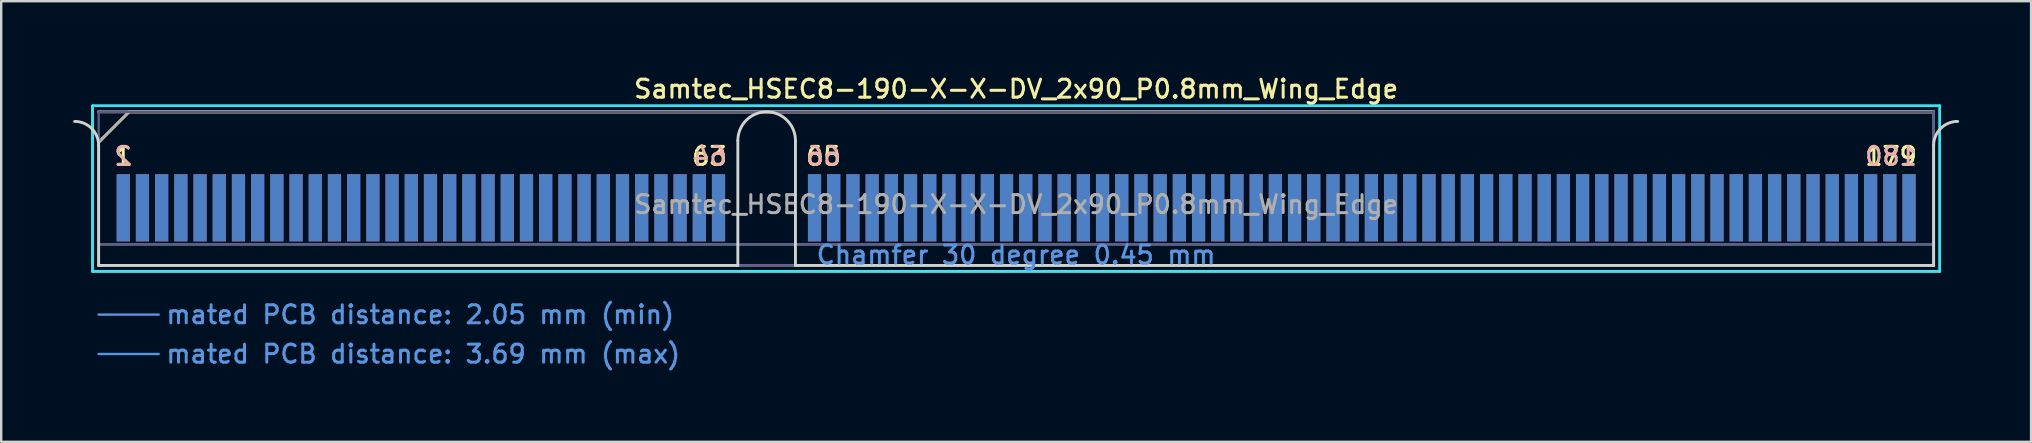
<source format=kicad_pcb>
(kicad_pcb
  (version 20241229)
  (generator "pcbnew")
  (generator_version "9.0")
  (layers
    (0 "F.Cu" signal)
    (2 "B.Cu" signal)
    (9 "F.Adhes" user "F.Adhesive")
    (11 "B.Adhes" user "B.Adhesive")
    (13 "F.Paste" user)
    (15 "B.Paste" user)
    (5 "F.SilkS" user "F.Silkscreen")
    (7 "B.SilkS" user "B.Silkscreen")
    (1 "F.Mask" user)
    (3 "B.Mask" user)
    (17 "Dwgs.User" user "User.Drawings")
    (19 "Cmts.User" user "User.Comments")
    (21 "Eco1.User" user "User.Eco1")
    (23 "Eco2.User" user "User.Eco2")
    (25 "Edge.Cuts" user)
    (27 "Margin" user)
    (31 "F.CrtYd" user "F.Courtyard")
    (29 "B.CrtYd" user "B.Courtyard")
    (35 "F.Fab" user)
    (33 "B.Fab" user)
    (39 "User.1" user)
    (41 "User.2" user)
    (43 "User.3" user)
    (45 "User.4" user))
  (footprint "Samtec_HSEC8-190-X-X-DV_2x90_P0.8mm_Wing_Edge"
    (layer "F.Cu")
    (at 39.285 8.008)
    (property "Reference" "Samtec_HSEC8-190-X-X-DV_2x90_P0.8mm_Wing_Edge" (at 0 -7.35 0) (layer "F.SilkS") (effects (font (size 0.75 0.75) (thickness 0.125))))
    (attr exclude_from_pos_files exclude_from_bom)
    (fp_line (start -38.48 -6.65) (end -38.48 0.25) (stroke (width 0.1) (type solid)) (layer "F.SilkS"))
    (fp_line (start -38.48 0.25) (end 38.48 0.25) (stroke (width 0.1) (type solid)) (layer "F.SilkS"))
    (fp_line (start -38.225 -5.13) (end -36.955 -6.4) (stroke (width 0.12) (type solid)) (layer "F.SilkS"))
    (fp_line (start -36.955 -6.4) (end 38.225 -6.4) (stroke (width 0.12) (type solid)) (layer "F.SilkS"))
    (fp_line (start 38.48 -6.65) (end -38.48 -6.65) (stroke (width 0.1) (type solid)) (layer "F.SilkS"))
    (fp_line (start 38.48 0.25) (end 38.48 -6.65) (stroke (width 0.1) (type solid)) (layer "F.SilkS"))
    (fp_line (start -38.225 -6.4) (end -38.225 -6.4) (stroke (width 0.12) (type solid)) (layer "B.SilkS"))
    (fp_line (start -38.225 -6.4) (end 38.225 -6.4) (stroke (width 0.12) (type solid)) (layer "B.SilkS"))
    (fp_line (start -38.225 2.05) (end -35.725 2.05) (stroke (width 0.1) (type solid)) (layer "Cmts.User"))
    (fp_line (start -38.225 3.69) (end -35.725 3.69) (stroke (width 0.1) (type solid)) (layer "Cmts.User"))
    (fp_line (start -38.225 -5) (end -38.225 0) (stroke (width 0.12) (type solid)) (layer "Edge.Cuts"))
    (fp_line (start -38.225 0) (end -11.595 0) (stroke (width 0.12) (type solid)) (layer "Edge.Cuts"))
    (fp_line (start -11.595 0) (end -11.595 -5.2) (stroke (width 0.12) (type solid)) (layer "Edge.Cuts"))
    (fp_line (start -9.195 -5.2) (end -9.195 0) (stroke (width 0.12) (type solid)) (layer "Edge.Cuts"))
    (fp_line (start -9.195 0) (end 38.225 0) (stroke (width 0.12) (type solid)) (layer "Edge.Cuts"))
    (fp_line (start 38.225 0) (end 38.225 -5) (stroke (width 0.12) (type solid)) (layer "Edge.Cuts"))
    (fp_arc (start -39.225 -6) (mid -38.517893 -5.707107) (end -38.225 -5) (stroke (width 0.12) (type solid)) (layer "Edge.Cuts"))
    (fp_arc (start -11.595 -5.2) (mid -10.395 -6.4) (end -9.195 -5.2) (stroke (width 0.12) (type solid)) (layer "Edge.Cuts"))
    (fp_arc (start 38.225 -5) (mid 38.517893 -5.707107) (end 39.225 -6) (stroke (width 0.12) (type solid)) (layer "Edge.Cuts"))
    (fp_line (start -38.48 -6.65) (end -38.48 0.25) (stroke (width 0.1) (type solid)) (layer "B.CrtYd"))
    (fp_line (start -38.48 0.25) (end 38.48 0.25) (stroke (width 0.1) (type solid)) (layer "B.CrtYd"))
    (fp_line (start 38.48 -6.65) (end -38.48 -6.65) (stroke (width 0.1) (type solid)) (layer "B.CrtYd"))
    (fp_line (start 38.48 0.25) (end 38.48 -6.65) (stroke (width 0.1) (type solid)) (layer "B.CrtYd"))
    (fp_line (start -38.225 -6.4) (end -38.225 -6.4) (stroke (width 0.1) (type solid)) (layer "B.Fab"))
    (fp_line (start -38.225 -6.4) (end -38.225 0) (stroke (width 0.1) (type solid)) (layer "B.Fab"))
    (fp_line (start -38.225 -6.4) (end 38.225 -6.4) (stroke (width 0.1) (type solid)) (layer "B.Fab"))
    (fp_line (start -38.225 -0.88) (end 38.225 -0.88) (stroke (width 0.1) (type solid)) (layer "B.Fab"))
    (fp_line (start -38.225 0) (end 38.225 0) (stroke (width 0.1) (type solid)) (layer "B.Fab"))
    (fp_line (start 38.225 -6.4) (end 38.225 0) (stroke (width 0.1) (type solid)) (layer "B.Fab"))
    (fp_line (start -38.225 -5.13) (end -38.225 0) (stroke (width 0.1) (type solid)) (layer "F.Fab"))
    (fp_line (start -38.225 -5.13) (end -36.955 -6.4) (stroke (width 0.1) (type solid)) (layer "F.Fab"))
    (fp_line (start -38.225 -0.88) (end 38.225 -0.88) (stroke (width 0.1) (type solid)) (layer "F.Fab"))
    (fp_line (start -38.225 0) (end 38.225 0) (stroke (width 0.1) (type solid)) (layer "F.Fab"))
    (fp_line (start -36.955 -6.4) (end 38.225 -6.4) (stroke (width 0.1) (type solid)) (layer "F.Fab"))
    (fp_line (start 38.225 -6.4) (end 38.225 0) (stroke (width 0.1) (type solid)) (layer "F.Fab"))
    (fp_text user "65" (at -8.025 -4.55 0) (layer "F.SilkS") (effects (font (size 0.75 0.75) (thickness 0.125))))
    (fp_text user "63" (at -12.775 -4.55 0) (layer "F.SilkS") (effects (font (size 0.75 0.75) (thickness 0.125))))
    (fp_text user "1" (at -37.2 -4.55 0) (layer "F.SilkS") (effects (font (size 0.75 0.75) (thickness 0.125))))
    (fp_text user "179" (at 36.45 -4.55 0) (layer "F.SilkS") (effects (font (size 0.75 0.75) (thickness 0.125))))
    (fp_text user "64" (at -12.775 -4.55 0) (layer "B.SilkS") (effects (font (size 0.75 0.75) (thickness 0.125)) (justify mirror)))
    (fp_text user "180" (at 36.45 -4.55 0) (layer "B.SilkS") (effects (font (size 0.75 0.75) (thickness 0.125)) (justify mirror)))
    (fp_text user "66" (at -8.025 -4.55 0) (layer "B.SilkS") (effects (font (size 0.75 0.75) (thickness 0.125)) (justify mirror)))
    (fp_text user "2" (at -37.2 -4.55 0) (layer "B.SilkS") (effects (font (size 0.75 0.75) (thickness 0.125)) (justify mirror)))
    (fp_text user "mated PCB distance: 3.69 mm (max)" (at -35.48 3.69 0) (layer "Cmts.User") (effects (font (size 0.75 0.75) (thickness 0.125)) (justify left)))
    (fp_text user "mated PCB distance: 2.05 mm (min)" (at -35.48 2.05 0) (layer "Cmts.User") (effects (font (size 0.75 0.75) (thickness 0.125)) (justify left)))
    (fp_text user "Chamfer 30 degree 0.45 mm" (at 0 -0.44 0) (layer "Cmts.User") (effects (font (size 0.75 0.75) (thickness 0.125))))
    (fp_text user "${REFERENCE}" (at 0 -2.54 0) (layer "F.Fab") (effects (font (size 0.75 0.75) (thickness 0.125))))
    (pad "1" connect rect (at -37.2 -2.4) (size 0.55 2.8) (layers "F.Cu" "F.Mask"))
    (pad "2" connect rect (at -37.2 -2.4) (size 0.55 2.8) (layers "B.Cu" "B.Mask"))
    (pad "3" connect rect (at -36.4 -2.4) (size 0.55 2.8) (layers "F.Cu" "F.Mask"))
    (pad "4" connect rect (at -36.4 -2.4) (size 0.55 2.8) (layers "B.Cu" "B.Mask"))
    (pad "5" connect rect (at -35.6 -2.4) (size 0.55 2.8) (layers "F.Cu" "F.Mask"))
    (pad "6" connect rect (at -35.6 -2.4) (size 0.55 2.8) (layers "B.Cu" "B.Mask"))
    (pad "7" connect rect (at -34.8 -2.4) (size 0.55 2.8) (layers "F.Cu" "F.Mask"))
    (pad "8" connect rect (at -34.8 -2.4) (size 0.55 2.8) (layers "B.Cu" "B.Mask"))
    (pad "9" connect rect (at -34 -2.4) (size 0.55 2.8) (layers "F.Cu" "F.Mask"))
    (pad "10" connect rect (at -34 -2.4) (size 0.55 2.8) (layers "B.Cu" "B.Mask"))
    (pad "11" connect rect (at -33.2 -2.4) (size 0.55 2.8) (layers "F.Cu" "F.Mask"))
    (pad "12" connect rect (at -33.2 -2.4) (size 0.55 2.8) (layers "B.Cu" "B.Mask"))
    (pad "13" connect rect (at -32.4 -2.4) (size 0.55 2.8) (layers "F.Cu" "F.Mask"))
    (pad "14" connect rect (at -32.4 -2.4) (size 0.55 2.8) (layers "B.Cu" "B.Mask"))
    (pad "15" connect rect (at -31.6 -2.4) (size 0.55 2.8) (layers "F.Cu" "F.Mask"))
    (pad "16" connect rect (at -31.6 -2.4) (size 0.55 2.8) (layers "B.Cu" "B.Mask"))
    (pad "17" connect rect (at -30.8 -2.4) (size 0.55 2.8) (layers "F.Cu" "F.Mask"))
    (pad "18" connect rect (at -30.8 -2.4) (size 0.55 2.8) (layers "B.Cu" "B.Mask"))
    (pad "19" connect rect (at -30 -2.4) (size 0.55 2.8) (layers "F.Cu" "F.Mask"))
    (pad "20" connect rect (at -30 -2.4) (size 0.55 2.8) (layers "B.Cu" "B.Mask"))
    (pad "21" connect rect (at -29.2 -2.4) (size 0.55 2.8) (layers "F.Cu" "F.Mask"))
    (pad "22" connect rect (at -29.2 -2.4) (size 0.55 2.8) (layers "B.Cu" "B.Mask"))
    (pad "23" connect rect (at -28.4 -2.4) (size 0.55 2.8) (layers "F.Cu" "F.Mask"))
    (pad "24" connect rect (at -28.4 -2.4) (size 0.55 2.8) (layers "B.Cu" "B.Mask"))
    (pad "25" connect rect (at -27.6 -2.4) (size 0.55 2.8) (layers "F.Cu" "F.Mask"))
    (pad "26" connect rect (at -27.6 -2.4) (size 0.55 2.8) (layers "B.Cu" "B.Mask"))
    (pad "27" connect rect (at -26.8 -2.4) (size 0.55 2.8) (layers "F.Cu" "F.Mask"))
    (pad "28" connect rect (at -26.8 -2.4) (size 0.55 2.8) (layers "B.Cu" "B.Mask"))
    (pad "29" connect rect (at -26 -2.4) (size 0.55 2.8) (layers "F.Cu" "F.Mask"))
    (pad "30" connect rect (at -26 -2.4) (size 0.55 2.8) (layers "B.Cu" "B.Mask"))
    (pad "31" connect rect (at -25.2 -2.4) (size 0.55 2.8) (layers "F.Cu" "F.Mask"))
    (pad "32" connect rect (at -25.2 -2.4) (size 0.55 2.8) (layers "B.Cu" "B.Mask"))
    (pad "33" connect rect (at -24.4 -2.4) (size 0.55 2.8) (layers "F.Cu" "F.Mask"))
    (pad "34" connect rect (at -24.4 -2.4) (size 0.55 2.8) (layers "B.Cu" "B.Mask"))
    (pad "35" connect rect (at -23.6 -2.4) (size 0.55 2.8) (layers "F.Cu" "F.Mask"))
    (pad "36" connect rect (at -23.6 -2.4) (size 0.55 2.8) (layers "B.Cu" "B.Mask"))
    (pad "37" connect rect (at -22.8 -2.4) (size 0.55 2.8) (layers "F.Cu" "F.Mask"))
    (pad "38" connect rect (at -22.8 -2.4) (size 0.55 2.8) (layers "B.Cu" "B.Mask"))
    (pad "39" connect rect (at -22 -2.4) (size 0.55 2.8) (layers "F.Cu" "F.Mask"))
    (pad "40" connect rect (at -22 -2.4) (size 0.55 2.8) (layers "B.Cu" "B.Mask"))
    (pad "41" connect rect (at -21.2 -2.4) (size 0.55 2.8) (layers "F.Cu" "F.Mask"))
    (pad "42" connect rect (at -21.2 -2.4) (size 0.55 2.8) (layers "B.Cu" "B.Mask"))
    (pad "43" connect rect (at -20.4 -2.4) (size 0.55 2.8) (layers "F.Cu" "F.Mask"))
    (pad "44" connect rect (at -20.4 -2.4) (size 0.55 2.8) (layers "B.Cu" "B.Mask"))
    (pad "45" connect rect (at -19.6 -2.4) (size 0.55 2.8) (layers "F.Cu" "F.Mask"))
    (pad "46" connect rect (at -19.6 -2.4) (size 0.55 2.8) (layers "B.Cu" "B.Mask"))
    (pad "47" connect rect (at -18.8 -2.4) (size 0.55 2.8) (layers "F.Cu" "F.Mask"))
    (pad "48" connect rect (at -18.8 -2.4) (size 0.55 2.8) (layers "B.Cu" "B.Mask"))
    (pad "49" connect rect (at -18 -2.4) (size 0.55 2.8) (layers "F.Cu" "F.Mask"))
    (pad "50" connect rect (at -18 -2.4) (size 0.55 2.8) (layers "B.Cu" "B.Mask"))
    (pad "51" connect rect (at -17.2 -2.4) (size 0.55 2.8) (layers "F.Cu" "F.Mask"))
    (pad "52" connect rect (at -17.2 -2.4) (size 0.55 2.8) (layers "B.Cu" "B.Mask"))
    (pad "53" connect rect (at -16.4 -2.4) (size 0.55 2.8) (layers "F.Cu" "F.Mask"))
    (pad "54" connect rect (at -16.4 -2.4) (size 0.55 2.8) (layers "B.Cu" "B.Mask"))
    (pad "55" connect rect (at -15.6 -2.4) (size 0.55 2.8) (layers "F.Cu" "F.Mask"))
    (pad "56" connect rect (at -15.6 -2.4) (size 0.55 2.8) (layers "B.Cu" "B.Mask"))
    (pad "57" connect rect (at -14.8 -2.4) (size 0.55 2.8) (layers "F.Cu" "F.Mask"))
    (pad "58" connect rect (at -14.8 -2.4) (size 0.55 2.8) (layers "B.Cu" "B.Mask"))
    (pad "59" connect rect (at -14 -2.4) (size 0.55 2.8) (layers "F.Cu" "F.Mask"))
    (pad "60" connect rect (at -14 -2.4) (size 0.55 2.8) (layers "B.Cu" "B.Mask"))
    (pad "61" connect rect (at -13.2 -2.4) (size 0.55 2.8) (layers "F.Cu" "F.Mask"))
    (pad "62" connect rect (at -13.2 -2.4) (size 0.55 2.8) (layers "B.Cu" "B.Mask"))
    (pad "63" connect rect (at -12.4 -2.4) (size 0.55 2.8) (layers "F.Cu" "F.Mask"))
    (pad "64" connect rect (at -12.4 -2.4) (size 0.55 2.8) (layers "B.Cu" "B.Mask"))
    (pad "65" connect rect (at -8.4 -2.4) (size 0.55 2.8) (layers "F.Cu" "F.Mask"))
    (pad "66" connect rect (at -8.4 -2.4) (size 0.55 2.8) (layers "B.Cu" "B.Mask"))
    (pad "67" connect rect (at -7.6 -2.4) (size 0.55 2.8) (layers "F.Cu" "F.Mask"))
    (pad "68" connect rect (at -7.6 -2.4) (size 0.55 2.8) (layers "B.Cu" "B.Mask"))
    (pad "69" connect rect (at -6.8 -2.4) (size 0.55 2.8) (layers "F.Cu" "F.Mask"))
    (pad "70" connect rect (at -6.8 -2.4) (size 0.55 2.8) (layers "B.Cu" "B.Mask"))
    (pad "71" connect rect (at -6 -2.4) (size 0.55 2.8) (layers "F.Cu" "F.Mask"))
    (pad "72" connect rect (at -6 -2.4) (size 0.55 2.8) (layers "B.Cu" "B.Mask"))
    (pad "73" connect rect (at -5.2 -2.4) (size 0.55 2.8) (layers "F.Cu" "F.Mask"))
    (pad "74" connect rect (at -5.2 -2.4) (size 0.55 2.8) (layers "B.Cu" "B.Mask"))
    (pad "75" connect rect (at -4.4 -2.4) (size 0.55 2.8) (layers "F.Cu" "F.Mask"))
    (pad "76" connect rect (at -4.4 -2.4) (size 0.55 2.8) (layers "B.Cu" "B.Mask"))
    (pad "77" connect rect (at -3.6 -2.4) (size 0.55 2.8) (layers "F.Cu" "F.Mask"))
    (pad "78" connect rect (at -3.6 -2.4) (size 0.55 2.8) (layers "B.Cu" "B.Mask"))
    (pad "79" connect rect (at -2.8 -2.4) (size 0.55 2.8) (layers "F.Cu" "F.Mask"))
    (pad "80" connect rect (at -2.8 -2.4) (size 0.55 2.8) (layers "B.Cu" "B.Mask"))
    (pad "81" connect rect (at -2 -2.4) (size 0.55 2.8) (layers "F.Cu" "F.Mask"))
    (pad "82" connect rect (at -2 -2.4) (size 0.55 2.8) (layers "B.Cu" "B.Mask"))
    (pad "83" connect rect (at -1.2 -2.4) (size 0.55 2.8) (layers "F.Cu" "F.Mask"))
    (pad "84" connect rect (at -1.2 -2.4) (size 0.55 2.8) (layers "B.Cu" "B.Mask"))
    (pad "85" connect rect (at -0.4 -2.4) (size 0.55 2.8) (layers "F.Cu" "F.Mask"))
    (pad "86" connect rect (at -0.4 -2.4) (size 0.55 2.8) (layers "B.Cu" "B.Mask"))
    (pad "87" connect rect (at 0.4 -2.4) (size 0.55 2.8) (layers "F.Cu" "F.Mask"))
    (pad "88" connect rect (at 0.4 -2.4) (size 0.55 2.8) (layers "B.Cu" "B.Mask"))
    (pad "89" connect rect (at 1.2 -2.4) (size 0.55 2.8) (layers "F.Cu" "F.Mask"))
    (pad "90" connect rect (at 1.2 -2.4) (size 0.55 2.8) (layers "B.Cu" "B.Mask"))
    (pad "91" connect rect (at 2 -2.4) (size 0.55 2.8) (layers "F.Cu" "F.Mask"))
    (pad "92" connect rect (at 2 -2.4) (size 0.55 2.8) (layers "B.Cu" "B.Mask"))
    (pad "93" connect rect (at 2.8 -2.4) (size 0.55 2.8) (layers "F.Cu" "F.Mask"))
    (pad "94" connect rect (at 2.8 -2.4) (size 0.55 2.8) (layers "B.Cu" "B.Mask"))
    (pad "95" connect rect (at 3.6 -2.4) (size 0.55 2.8) (layers "F.Cu" "F.Mask"))
    (pad "96" connect rect (at 3.6 -2.4) (size 0.55 2.8) (layers "B.Cu" "B.Mask"))
    (pad "97" connect rect (at 4.4 -2.4) (size 0.55 2.8) (layers "F.Cu" "F.Mask"))
    (pad "98" connect rect (at 4.4 -2.4) (size 0.55 2.8) (layers "B.Cu" "B.Mask"))
    (pad "99" connect rect (at 5.2 -2.4) (size 0.55 2.8) (layers "F.Cu" "F.Mask"))
    (pad "100" connect rect (at 5.2 -2.4) (size 0.55 2.8) (layers "B.Cu" "B.Mask"))
    (pad "101" connect rect (at 6 -2.4) (size 0.55 2.8) (layers "F.Cu" "F.Mask"))
    (pad "102" connect rect (at 6 -2.4) (size 0.55 2.8) (layers "B.Cu" "B.Mask"))
    (pad "103" connect rect (at 6.8 -2.4) (size 0.55 2.8) (layers "F.Cu" "F.Mask"))
    (pad "104" connect rect (at 6.8 -2.4) (size 0.55 2.8) (layers "B.Cu" "B.Mask"))
    (pad "105" connect rect (at 7.6 -2.4) (size 0.55 2.8) (layers "F.Cu" "F.Mask"))
    (pad "106" connect rect (at 7.6 -2.4) (size 0.55 2.8) (layers "B.Cu" "B.Mask"))
    (pad "107" connect rect (at 8.4 -2.4) (size 0.55 2.8) (layers "F.Cu" "F.Mask"))
    (pad "108" connect rect (at 8.4 -2.4) (size 0.55 2.8) (layers "B.Cu" "B.Mask"))
    (pad "109" connect rect (at 9.2 -2.4) (size 0.55 2.8) (layers "F.Cu" "F.Mask"))
    (pad "110" connect rect (at 9.2 -2.4) (size 0.55 2.8) (layers "B.Cu" "B.Mask"))
    (pad "111" connect rect (at 10 -2.4) (size 0.55 2.8) (layers "F.Cu" "F.Mask"))
    (pad "112" connect rect (at 10 -2.4) (size 0.55 2.8) (layers "B.Cu" "B.Mask"))
    (pad "113" connect rect (at 10.8 -2.4) (size 0.55 2.8) (layers "F.Cu" "F.Mask"))
    (pad "114" connect rect (at 10.8 -2.4) (size 0.55 2.8) (layers "B.Cu" "B.Mask"))
    (pad "115" connect rect (at 11.6 -2.4) (size 0.55 2.8) (layers "F.Cu" "F.Mask"))
    (pad "116" connect rect (at 11.6 -2.4) (size 0.55 2.8) (layers "B.Cu" "B.Mask"))
    (pad "117" connect rect (at 12.4 -2.4) (size 0.55 2.8) (layers "F.Cu" "F.Mask"))
    (pad "118" connect rect (at 12.4 -2.4) (size 0.55 2.8) (layers "B.Cu" "B.Mask"))
    (pad "119" connect rect (at 13.2 -2.4) (size 0.55 2.8) (layers "F.Cu" "F.Mask"))
    (pad "120" connect rect (at 13.2 -2.4) (size 0.55 2.8) (layers "B.Cu" "B.Mask"))
    (pad "121" connect rect (at 14 -2.4) (size 0.55 2.8) (layers "F.Cu" "F.Mask"))
    (pad "122" connect rect (at 14 -2.4) (size 0.55 2.8) (layers "B.Cu" "B.Mask"))
    (pad "123" connect rect (at 14.8 -2.4) (size 0.55 2.8) (layers "F.Cu" "F.Mask"))
    (pad "124" connect rect (at 14.8 -2.4) (size 0.55 2.8) (layers "B.Cu" "B.Mask"))
    (pad "125" connect rect (at 15.6 -2.4) (size 0.55 2.8) (layers "F.Cu" "F.Mask"))
    (pad "126" connect rect (at 15.6 -2.4) (size 0.55 2.8) (layers "B.Cu" "B.Mask"))
    (pad "127" connect rect (at 16.4 -2.4) (size 0.55 2.8) (layers "F.Cu" "F.Mask"))
    (pad "128" connect rect (at 16.4 -2.4) (size 0.55 2.8) (layers "B.Cu" "B.Mask"))
    (pad "129" connect rect (at 17.2 -2.4) (size 0.55 2.8) (layers "F.Cu" "F.Mask"))
    (pad "130" connect rect (at 17.2 -2.4) (size 0.55 2.8) (layers "B.Cu" "B.Mask"))
    (pad "131" connect rect (at 18 -2.4) (size 0.55 2.8) (layers "F.Cu" "F.Mask"))
    (pad "132" connect rect (at 18 -2.4) (size 0.55 2.8) (layers "B.Cu" "B.Mask"))
    (pad "133" connect rect (at 18.8 -2.4) (size 0.55 2.8) (layers "F.Cu" "F.Mask"))
    (pad "134" connect rect (at 18.8 -2.4) (size 0.55 2.8) (layers "B.Cu" "B.Mask"))
    (pad "135" connect rect (at 19.6 -2.4) (size 0.55 2.8) (layers "F.Cu" "F.Mask"))
    (pad "136" connect rect (at 19.6 -2.4) (size 0.55 2.8) (layers "B.Cu" "B.Mask"))
    (pad "137" connect rect (at 20.4 -2.4) (size 0.55 2.8) (layers "F.Cu" "F.Mask"))
    (pad "138" connect rect (at 20.4 -2.4) (size 0.55 2.8) (layers "B.Cu" "B.Mask"))
    (pad "139" connect rect (at 21.2 -2.4) (size 0.55 2.8) (layers "F.Cu" "F.Mask"))
    (pad "140" connect rect (at 21.2 -2.4) (size 0.55 2.8) (layers "B.Cu" "B.Mask"))
    (pad "141" connect rect (at 22 -2.4) (size 0.55 2.8) (layers "F.Cu" "F.Mask"))
    (pad "142" connect rect (at 22 -2.4) (size 0.55 2.8) (layers "B.Cu" "B.Mask"))
    (pad "143" connect rect (at 22.8 -2.4) (size 0.55 2.8) (layers "F.Cu" "F.Mask"))
    (pad "144" connect rect (at 22.8 -2.4) (size 0.55 2.8) (layers "B.Cu" "B.Mask"))
    (pad "145" connect rect (at 23.6 -2.4) (size 0.55 2.8) (layers "F.Cu" "F.Mask"))
    (pad "146" connect rect (at 23.6 -2.4) (size 0.55 2.8) (layers "B.Cu" "B.Mask"))
    (pad "147" connect rect (at 24.4 -2.4) (size 0.55 2.8) (layers "F.Cu" "F.Mask"))
    (pad "148" connect rect (at 24.4 -2.4) (size 0.55 2.8) (layers "B.Cu" "B.Mask"))
    (pad "149" connect rect (at 25.2 -2.4) (size 0.55 2.8) (layers "F.Cu" "F.Mask"))
    (pad "150" connect rect (at 25.2 -2.4) (size 0.55 2.8) (layers "B.Cu" "B.Mask"))
    (pad "151" connect rect (at 26 -2.4) (size 0.55 2.8) (layers "F.Cu" "F.Mask"))
    (pad "152" connect rect (at 26 -2.4) (size 0.55 2.8) (layers "B.Cu" "B.Mask"))
    (pad "153" connect rect (at 26.8 -2.4) (size 0.55 2.8) (layers "F.Cu" "F.Mask"))
    (pad "154" connect rect (at 26.8 -2.4) (size 0.55 2.8) (layers "B.Cu" "B.Mask"))
    (pad "155" connect rect (at 27.6 -2.4) (size 0.55 2.8) (layers "F.Cu" "F.Mask"))
    (pad "156" connect rect (at 27.6 -2.4) (size 0.55 2.8) (layers "B.Cu" "B.Mask"))
    (pad "157" connect rect (at 28.4 -2.4) (size 0.55 2.8) (layers "F.Cu" "F.Mask"))
    (pad "158" connect rect (at 28.4 -2.4) (size 0.55 2.8) (layers "B.Cu" "B.Mask"))
    (pad "159" connect rect (at 29.2 -2.4) (size 0.55 2.8) (layers "F.Cu" "F.Mask"))
    (pad "160" connect rect (at 29.2 -2.4) (size 0.55 2.8) (layers "B.Cu" "B.Mask"))
    (pad "161" connect rect (at 30 -2.4) (size 0.55 2.8) (layers "F.Cu" "F.Mask"))
    (pad "162" connect rect (at 30 -2.4) (size 0.55 2.8) (layers "B.Cu" "B.Mask"))
    (pad "163" connect rect (at 30.8 -2.4) (size 0.55 2.8) (layers "F.Cu" "F.Mask"))
    (pad "164" connect rect (at 30.8 -2.4) (size 0.55 2.8) (layers "B.Cu" "B.Mask"))
    (pad "165" connect rect (at 31.6 -2.4) (size 0.55 2.8) (layers "F.Cu" "F.Mask"))
    (pad "166" connect rect (at 31.6 -2.4) (size 0.55 2.8) (layers "B.Cu" "B.Mask"))
    (pad "167" connect rect (at 32.4 -2.4) (size 0.55 2.8) (layers "F.Cu" "F.Mask"))
    (pad "168" connect rect (at 32.4 -2.4) (size 0.55 2.8) (layers "B.Cu" "B.Mask"))
    (pad "169" connect rect (at 33.2 -2.4) (size 0.55 2.8) (layers "F.Cu" "F.Mask"))
    (pad "170" connect rect (at 33.2 -2.4) (size 0.55 2.8) (layers "B.Cu" "B.Mask"))
    (pad "171" connect rect (at 34 -2.4) (size 0.55 2.8) (layers "F.Cu" "F.Mask"))
    (pad "172" connect rect (at 34 -2.4) (size 0.55 2.8) (layers "B.Cu" "B.Mask"))
    (pad "173" connect rect (at 34.8 -2.4) (size 0.55 2.8) (layers "F.Cu" "F.Mask"))
    (pad "174" connect rect (at 34.8 -2.4) (size 0.55 2.8) (layers "B.Cu" "B.Mask"))
    (pad "175" connect rect (at 35.6 -2.4) (size 0.55 2.8) (layers "F.Cu" "F.Mask"))
    (pad "176" connect rect (at 35.6 -2.4) (size 0.55 2.8) (layers "B.Cu" "B.Mask"))
    (pad "177" connect rect (at 36.4 -2.4) (size 0.55 2.8) (layers "F.Cu" "F.Mask"))
    (pad "178" connect rect (at 36.4 -2.4) (size 0.55 2.8) (layers "B.Cu" "B.Mask"))
    (pad "179" connect rect (at 37.2 -2.4) (size 0.55 2.8) (layers "F.Cu" "F.Mask"))
    (pad "180" connect rect (at 37.2 -2.4) (size 0.55 2.8) (layers "B.Cu" "B.Mask")))
  (gr_rect
    (start -3 -3)
    (end 81.57 15.356)
    (stroke (width 0.1) (type default))
    (fill no)
    (layer "Edge.Cuts")))
</source>
